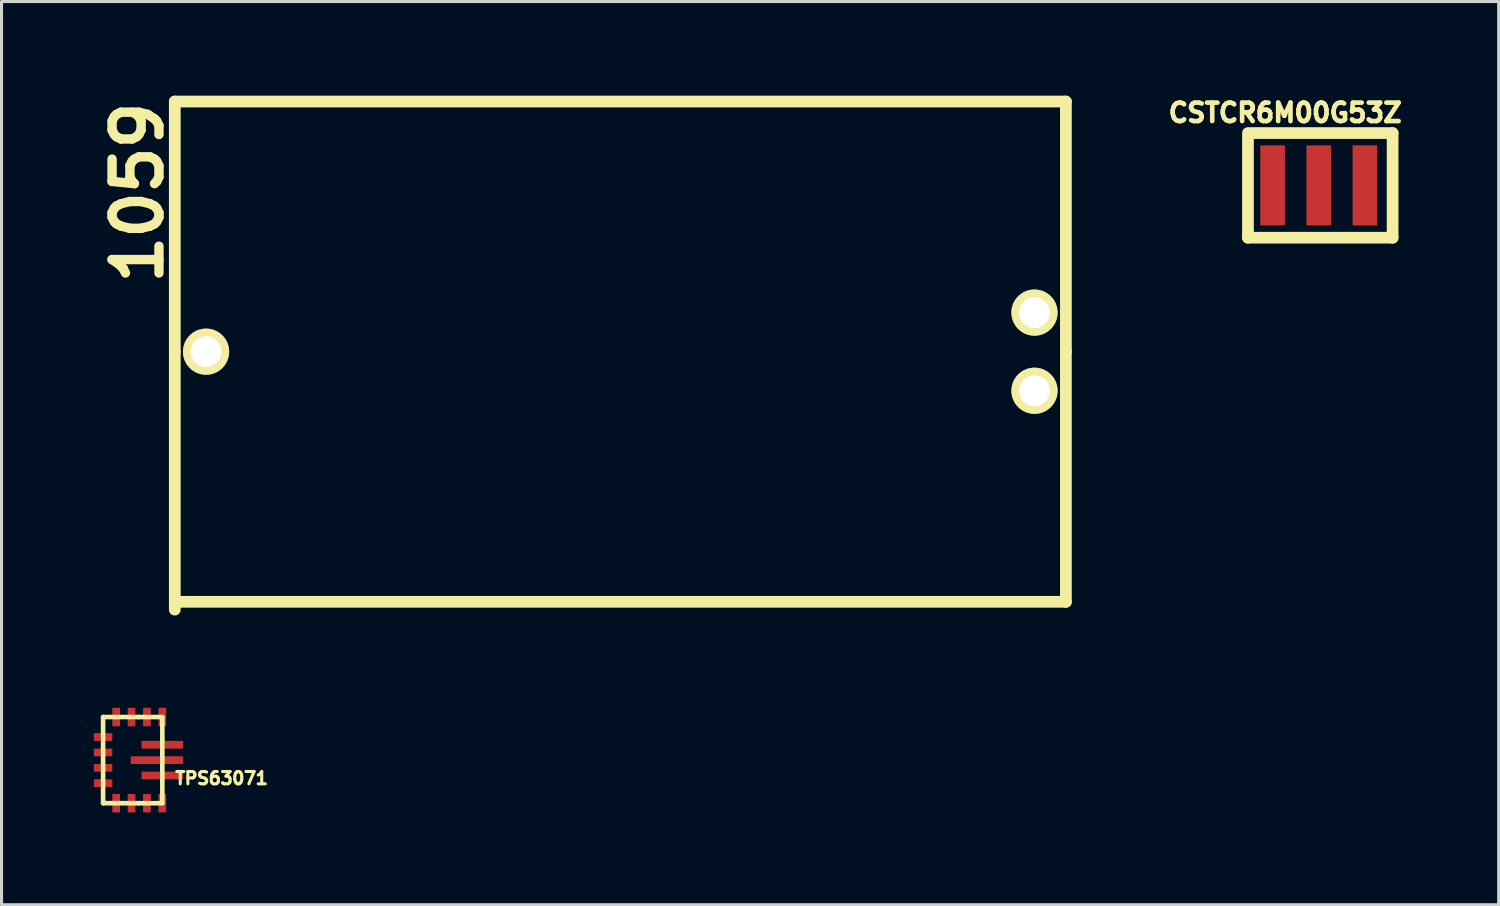
<source format=kicad_pcb>
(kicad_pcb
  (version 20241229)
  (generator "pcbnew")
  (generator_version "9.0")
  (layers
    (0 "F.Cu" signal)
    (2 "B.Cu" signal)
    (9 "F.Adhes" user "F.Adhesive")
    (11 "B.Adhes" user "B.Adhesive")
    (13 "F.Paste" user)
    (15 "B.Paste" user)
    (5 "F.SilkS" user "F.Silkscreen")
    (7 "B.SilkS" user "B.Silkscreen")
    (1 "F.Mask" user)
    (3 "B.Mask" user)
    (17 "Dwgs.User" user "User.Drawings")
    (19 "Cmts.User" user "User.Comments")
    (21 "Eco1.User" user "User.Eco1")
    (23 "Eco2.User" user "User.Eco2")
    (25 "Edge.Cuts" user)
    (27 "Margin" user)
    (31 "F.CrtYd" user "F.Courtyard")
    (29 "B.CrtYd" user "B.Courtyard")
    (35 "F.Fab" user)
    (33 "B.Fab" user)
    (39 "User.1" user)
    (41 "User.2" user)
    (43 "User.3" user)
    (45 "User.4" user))
  (footprint "1059"
    (layer "F.Cu")
    (at 3.646 8.378)
    (property "Reference" "1059" (at -2.22 -5.17 90) (layer "F.SilkS") (effects (font (size 1.524 1.524) (thickness 0.305))))
    (attr through_hole)
    (fp_line (start -1.016 0) (end -1.016 -8.128) (stroke (width 0.381) (type solid)) (layer "F.SilkS"))
    (fp_line (start -1.016 0) (end -1.016 8.382) (stroke (width 0.381) (type solid)) (layer "F.SilkS"))
    (fp_line (start 27.94 -8.128) (end -1.016 -8.128) (stroke (width 0.381) (type solid)) (layer "F.SilkS"))
    (fp_line (start 27.94 0) (end 27.94 -8.128) (stroke (width 0.381) (type solid)) (layer "F.SilkS"))
    (fp_line (start 27.94 0) (end 27.94 8.128) (stroke (width 0.381) (type solid)) (layer "F.SilkS"))
    (fp_line (start 27.94 8.128) (end -1.016 8.128) (stroke (width 0.381) (type solid)) (layer "F.SilkS"))
    (pad "1" thru_hole circle (at 26.92 -1.27) (size 1.5 1.5) (drill 1) (layers "*.Cu" "*.Mask" "F.SilkS"))
    (pad "1" thru_hole circle (at 26.92 1.27) (size 1.5 1.5) (drill 1) (layers "*.Cu" "*.Mask" "F.SilkS"))
    (pad "2" thru_hole circle (at 0 0) (size 1.5 1.5) (drill 1) (layers "*.Cu" "*.Mask" "F.SilkS")))
  (footprint "CSTCR6M00G53Z"
    (layer "F.Cu")
    (at 39.803 2.974)
    (property "Reference" "CSTCR6M00G53Z" (at -1.09 -2.36 0) (layer "F.SilkS") (effects (font (size 0.6 0.6) (thickness 0.175))))
    (attr through_hole)
    (fp_line (start -2.3 -1.6) (end -2.3 1.6) (stroke (width 0.381) (type solid)) (layer "F.SilkS"))
    (fp_line (start -2.3 1.6) (end -2.3 1.7) (stroke (width 0.381) (type solid)) (layer "F.SilkS"))
    (fp_line (start -2.3 1.7) (end 2.4 1.7) (stroke (width 0.381) (type solid)) (layer "F.SilkS"))
    (fp_line (start 2.4 -1.7) (end -2.3 -1.7) (stroke (width 0.381) (type solid)) (layer "F.SilkS"))
    (fp_line (start 2.4 1.7) (end 2.4 -1.7) (stroke (width 0.381) (type solid)) (layer "F.SilkS"))
    (pad "1" smd rect (at 1.5 0) (size 0.8 2.6) (layers "F.Cu" "F.Mask" "F.Paste"))
    (pad "2" smd rect (at 0 0) (size 0.8 2.6) (layers "F.Cu" "F.Mask" "F.Paste"))
    (pad "3" smd rect (at -1.5 0) (size 0.8 2.6) (layers "F.Cu" "F.Mask" "F.Paste")))
  (footprint "TPS63071"
    (layer "F.Cu")
    (at 1.45 21.65)
    (property "Reference" "TPS63071" (at 2.7 0.59 0) (layer "F.SilkS") (effects (font (size 0.4 0.4) (thickness 0.1))))
    (attr through_hole)
    (fp_line (start -1.15 -1.4) (end -1.15 1.4) (stroke (width 0.15) (type solid)) (layer "F.SilkS"))
    (fp_line (start -1.15 1.4) (end 0 1.4) (stroke (width 0.15) (type solid)) (layer "F.SilkS"))
    (fp_line (start 0 -1.4) (end -1.15 -1.4) (stroke (width 0.15) (type solid)) (layer "F.SilkS"))
    (fp_line (start 0 -1.4) (end 0.775 -1.4) (stroke (width 0.15) (type solid)) (layer "F.SilkS"))
    (fp_line (start 0.775 -1.4) (end 0.775 1.4) (stroke (width 0.15) (type solid)) (layer "F.SilkS"))
    (fp_line (start 0.775 1.4) (end 0 1.4) (stroke (width 0.15) (type solid)) (layer "F.SilkS"))
    (pad "1" smd rect (at -1.15 -0.75) (size 0.6 0.25) (layers "F.Cu" "F.Mask" "F.Paste"))
    (pad "2" smd rect (at -1.15 -0.25) (size 0.6 0.25) (layers "F.Cu" "F.Mask" "F.Paste"))
    (pad "3" smd rect (at -1.15 0.25) (size 0.6 0.25) (layers "F.Cu" "F.Mask" "F.Paste"))
    (pad "4" smd rect (at -1.15 0.75) (size 0.6 0.25) (layers "F.Cu" "F.Mask" "F.Paste"))
    (pad "5" smd rect (at -0.725 1.4) (size 0.25 0.6) (layers "F.Cu" "F.Mask" "F.Paste"))
    (pad "6" smd rect (at -0.225 1.4) (size 0.25 0.6) (layers "F.Cu" "F.Mask" "F.Paste"))
    (pad "7" smd rect (at 0.275 1.4) (size 0.25 0.6) (layers "F.Cu" "F.Mask" "F.Paste"))
    (pad "8" smd rect (at 0.775 1.4) (size 0.25 0.6) (layers "F.Cu" "F.Mask" "F.Paste"))
    (pad "9" smd rect (at 0.775 0.5) (size 1.35 0.25) (layers "F.Cu" "F.Mask" "F.Paste"))
    (pad "10" smd rect (at 0.6 0) (size 1.7 0.25) (layers "F.Cu" "F.Mask" "F.Paste"))
    (pad "11" smd rect (at 0.775 -0.5) (size 1.35 0.25) (layers "F.Cu" "F.Mask" "F.Paste"))
    (pad "12" smd rect (at 0.775 -1.4) (size 0.25 0.6) (layers "F.Cu" "F.Mask" "F.Paste"))
    (pad "13" smd rect (at 0.275 -1.4) (size 0.25 0.6) (layers "F.Cu" "F.Mask" "F.Paste"))
    (pad "14" smd rect (at -0.225 -1.4) (size 0.25 0.6) (layers "F.Cu" "F.Mask" "F.Paste"))
    (pad "15" smd rect (at -0.725 -1.4) (size 0.25 0.6) (layers "F.Cu" "F.Mask" "F.Paste")))
  (gr_rect
    (start -3 -3)
    (end 45.65 26.35)
    (stroke (width 0.1) (type default))
    (fill no)
    (layer "Edge.Cuts")))
</source>
